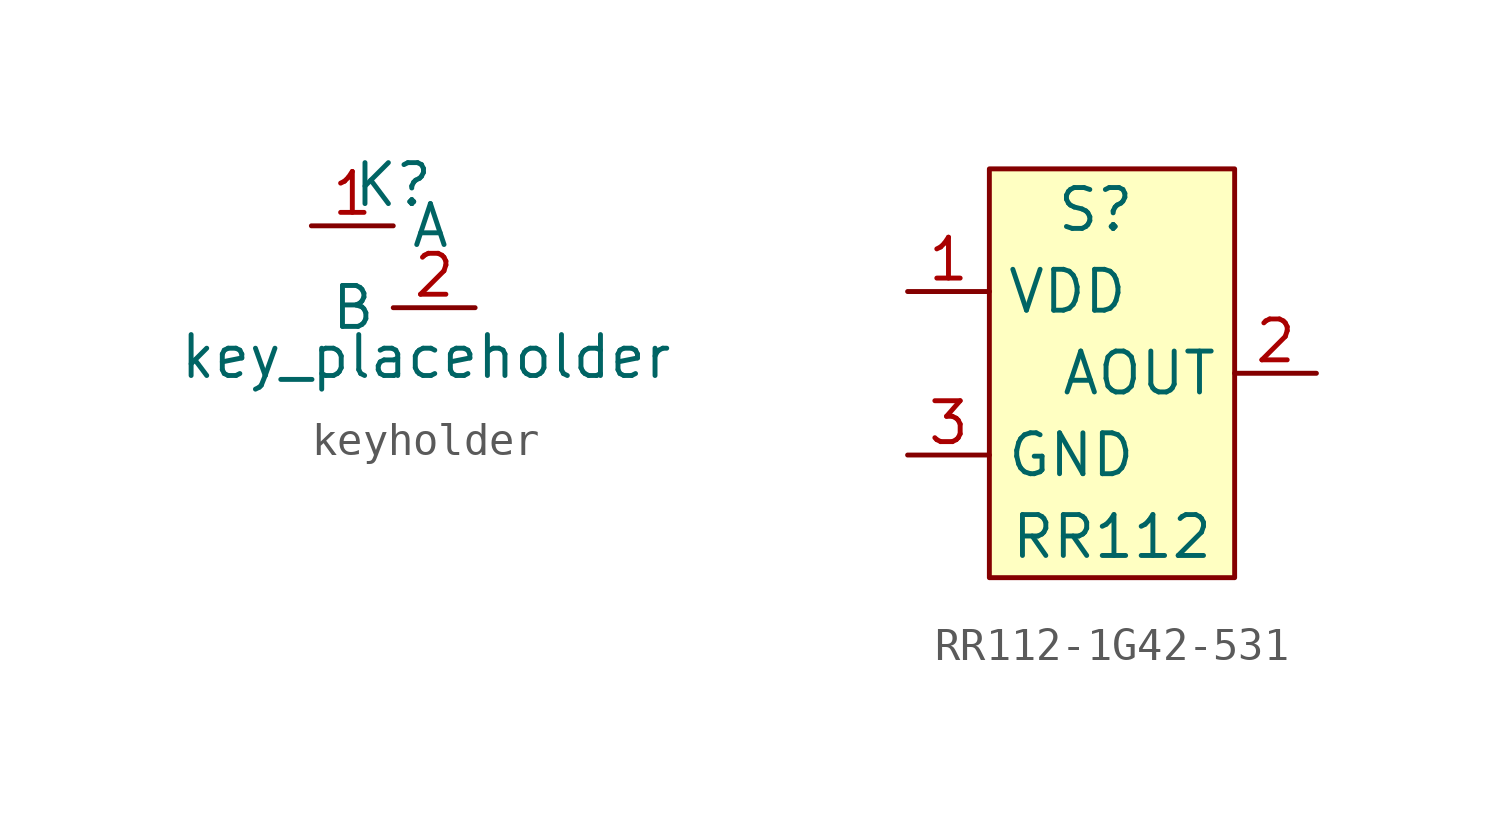
<source format=kicad_sym>
(kicad_symbol_lib
  (version 20241209)
  (generator "kicad_symbol_editor")
  (generator_version "9.0")
  (symbol "keyholder"
    (property "Reference" "K"
      (at 0 1.27 0)
      (effects (font (size 1.27 1.27))))
    (property "Value" "key_placeholder"
      (at 1.016 -4.064 0)
      (effects (font (size 1.27 1.27))))
    (symbol "keyholder_1_1"
      (pin input line (at -2.54 0 0) (length 2.54) (name "A" (effects (font (size 1.27 1.27)))) (number "1" (effects (font (size 1.27 1.27)))))
      (pin input line (at 2.54 -2.54 180) (length 2.54) (name "B" (effects (font (size 1.27 1.27)))) (number "2" (effects (font (size 1.27 1.27)))))))
  (symbol "RR112-1G42-531"
    (property "Reference" "S"
      (at -0.508 5.08 0)
      (effects (font (size 1.27 1.27))))
    (property "Value" "RR112"
      (at 0 -5.08 0)
      (effects (font (size 1.27 1.27))))
    (symbol "RR112-1G42-531_1_1"
      (rectangle (start -3.81 6.35) (end 3.81 -6.35) (stroke (width 0) (type solid)) (fill (type background)))
      (pin power_in line (at -6.35 2.54 0) (length 2.54) (name "VDD" (effects (font (size 1.27 1.27)))) (number "1" (effects (font (size 1.27 1.27)))))
      (pin power_in line (at -6.35 -2.54 0) (length 2.54) (name "GND" (effects (font (size 1.27 1.27)))) (number "3" (effects (font (size 1.27 1.27)))))
      (pin output line (at 6.35 0 180) (length 2.54) (name "AOUT" (effects (font (size 1.27 1.27)))) (number "2" (effects (font (size 1.27 1.27))))))))
</source>
